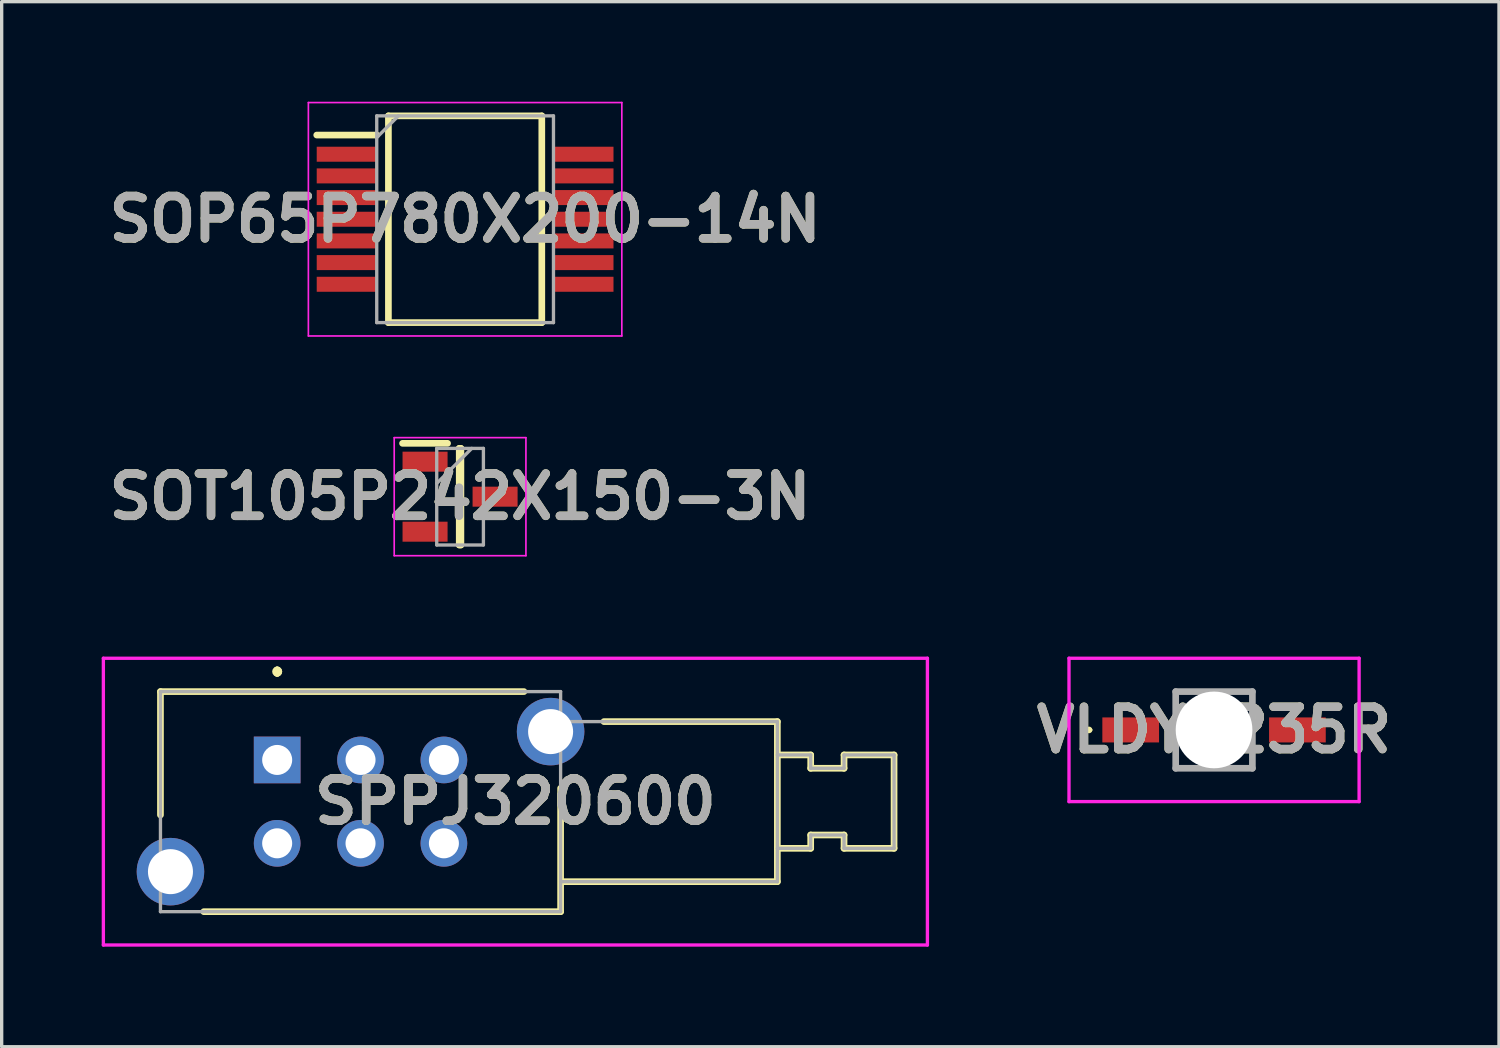
<source format=kicad_pcb>
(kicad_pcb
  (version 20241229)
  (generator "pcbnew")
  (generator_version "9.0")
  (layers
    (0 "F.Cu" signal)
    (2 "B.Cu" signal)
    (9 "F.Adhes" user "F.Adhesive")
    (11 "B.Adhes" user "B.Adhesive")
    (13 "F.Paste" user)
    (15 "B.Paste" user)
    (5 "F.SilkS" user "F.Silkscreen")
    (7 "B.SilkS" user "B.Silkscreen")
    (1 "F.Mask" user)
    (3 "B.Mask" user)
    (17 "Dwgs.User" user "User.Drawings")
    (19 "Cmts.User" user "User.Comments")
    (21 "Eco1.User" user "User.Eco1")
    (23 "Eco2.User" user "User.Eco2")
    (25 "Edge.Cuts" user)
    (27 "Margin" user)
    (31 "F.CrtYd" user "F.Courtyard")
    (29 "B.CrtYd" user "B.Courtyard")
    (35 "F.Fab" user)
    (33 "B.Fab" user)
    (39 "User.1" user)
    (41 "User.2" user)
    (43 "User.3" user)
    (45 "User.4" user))
  (footprint "SPPJ320600"
    (layer "F.Cu")
    (at 5.262 19.74)
    (property "Reference" "SPPJ320600" (at 7.144 1.25 0) (layer "F.SilkS") (effects (font (size 1.27 1.27) (thickness 0.254))))
    (attr through_hole)
    (fp_line (start -3.5 -2.05) (end 7.4 -2.05) (stroke (width 0.2) (type solid)) (layer "F.SilkS"))
    (fp_line (start -3.5 1.65) (end -3.5 -2.05) (stroke (width 0.2) (type solid)) (layer "F.SilkS"))
    (fp_line (start 0 -2.7) (end 0 -2.7) (stroke (width 0.2) (type solid)) (layer "F.SilkS"))
    (fp_line (start 0 -2.6) (end 0 -2.6) (stroke (width 0.2) (type solid)) (layer "F.SilkS"))
    (fp_line (start 0 -2.6) (end 0 -2.6) (stroke (width 0.2) (type solid)) (layer "F.SilkS"))
    (fp_line (start 8.5 0.85) (end 8.5 4.55) (stroke (width 0.2) (type solid)) (layer "F.SilkS"))
    (fp_line (start 8.5 4.55) (end -2.2 4.55) (stroke (width 0.2) (type solid)) (layer "F.SilkS"))
    (fp_line (start 9.8 -1.15) (end 15 -1.15) (stroke (width 0.2) (type solid)) (layer "F.SilkS"))
    (fp_line (start 15 -1.15) (end 15 3.65) (stroke (width 0.2) (type solid)) (layer "F.SilkS"))
    (fp_line (start 15 -0.15) (end 16 -0.15) (stroke (width 0.2) (type solid)) (layer "F.SilkS"))
    (fp_line (start 15 3.65) (end 8.6 3.65) (stroke (width 0.2) (type solid)) (layer "F.SilkS"))
    (fp_line (start 16 -0.15) (end 16 0.25) (stroke (width 0.2) (type solid)) (layer "F.SilkS"))
    (fp_line (start 16 0.25) (end 17 0.25) (stroke (width 0.2) (type solid)) (layer "F.SilkS"))
    (fp_line (start 16 2.25) (end 16 2.65) (stroke (width 0.2) (type solid)) (layer "F.SilkS"))
    (fp_line (start 16 2.65) (end 15 2.65) (stroke (width 0.2) (type solid)) (layer "F.SilkS"))
    (fp_line (start 17 -0.15) (end 18.5 -0.15) (stroke (width 0.2) (type solid)) (layer "F.SilkS"))
    (fp_line (start 17 0.25) (end 17 -0.15) (stroke (width 0.2) (type solid)) (layer "F.SilkS"))
    (fp_line (start 17 2.25) (end 16 2.25) (stroke (width 0.2) (type solid)) (layer "F.SilkS"))
    (fp_line (start 17 2.65) (end 17 2.25) (stroke (width 0.2) (type solid)) (layer "F.SilkS"))
    (fp_line (start 18.5 -0.15) (end 18.5 2.65) (stroke (width 0.2) (type solid)) (layer "F.SilkS"))
    (fp_line (start 18.5 2.65) (end 17 2.65) (stroke (width 0.2) (type solid)) (layer "F.SilkS"))
    (fp_arc (start 0 -2.7) (mid 0.05 -2.65) (end 0 -2.6) (stroke (width 0.2) (type solid)) (layer "F.SilkS"))
    (fp_arc (start 0 -2.7) (mid 0.05 -2.65) (end 0 -2.6) (stroke (width 0.2) (type solid)) (layer "F.SilkS"))
    (fp_arc (start 0 -2.6) (mid -0.05 -2.65) (end 0 -2.7) (stroke (width 0.2) (type solid)) (layer "F.SilkS"))
    (fp_line (start -5.212 -3.05) (end 19.5 -3.05) (stroke (width 0.1) (type solid)) (layer "F.CrtYd"))
    (fp_line (start -5.212 5.55) (end -5.212 -3.05) (stroke (width 0.1) (type solid)) (layer "F.CrtYd"))
    (fp_line (start 19.5 -3.05) (end 19.5 5.55) (stroke (width 0.1) (type solid)) (layer "F.CrtYd"))
    (fp_line (start 19.5 5.55) (end -5.212 5.55) (stroke (width 0.1) (type solid)) (layer "F.CrtYd"))
    (fp_line (start -3.5 -2.05) (end 8.5 -2.05) (stroke (width 0.1) (type solid)) (layer "F.Fab"))
    (fp_line (start -3.5 4.55) (end -3.5 -2.05) (stroke (width 0.1) (type solid)) (layer "F.Fab"))
    (fp_line (start 8.5 -2.05) (end 8.5 4.55) (stroke (width 0.1) (type solid)) (layer "F.Fab"))
    (fp_line (start 8.5 3.65) (end 15 3.65) (stroke (width 0.1) (type solid)) (layer "F.Fab"))
    (fp_line (start 8.5 4.55) (end -3.5 4.55) (stroke (width 0.1) (type solid)) (layer "F.Fab"))
    (fp_line (start 15 -1.15) (end 8.5 -1.15) (stroke (width 0.1) (type solid)) (layer "F.Fab"))
    (fp_line (start 15 -0.15) (end 16 -0.15) (stroke (width 0.1) (type solid)) (layer "F.Fab"))
    (fp_line (start 15 3.65) (end 15 -1.15) (stroke (width 0.1) (type solid)) (layer "F.Fab"))
    (fp_line (start 16 -0.15) (end 16 0.25) (stroke (width 0.1) (type solid)) (layer "F.Fab"))
    (fp_line (start 16 0.25) (end 17 0.25) (stroke (width 0.1) (type solid)) (layer "F.Fab"))
    (fp_line (start 16 2.25) (end 16 2.65) (stroke (width 0.1) (type solid)) (layer "F.Fab"))
    (fp_line (start 16 2.65) (end 15 2.65) (stroke (width 0.1) (type solid)) (layer "F.Fab"))
    (fp_line (start 17 -0.15) (end 18.5 -0.15) (stroke (width 0.1) (type solid)) (layer "F.Fab"))
    (fp_line (start 17 0.25) (end 17 -0.15) (stroke (width 0.1) (type solid)) (layer "F.Fab"))
    (fp_line (start 17 2.25) (end 16 2.25) (stroke (width 0.1) (type solid)) (layer "F.Fab"))
    (fp_line (start 17 2.65) (end 17 2.25) (stroke (width 0.1) (type solid)) (layer "F.Fab"))
    (fp_line (start 18.5 -0.15) (end 18.5 2.65) (stroke (width 0.1) (type solid)) (layer "F.Fab"))
    (fp_line (start 18.5 2.65) (end 17 2.65) (stroke (width 0.1) (type solid)) (layer "F.Fab"))
    (fp_text user "${REFERENCE}" (at 7.144 1.25 0) (layer "F.Fab") (effects (font (size 1.27 1.27) (thickness 0.254))))
    (pad "1" thru_hole rect (at 0 0) (size 1.4 1.4) (drill 0.9) (layers "*.Cu" "*.Mask"))
    (pad "2" thru_hole circle (at 2.5 0) (size 1.4 1.4) (drill 0.9) (layers "*.Cu" "*.Mask"))
    (pad "3" thru_hole circle (at 5 0) (size 1.4 1.4) (drill 0.9) (layers "*.Cu" "*.Mask"))
    (pad "4" thru_hole circle (at 0 2.5) (size 1.4 1.4) (drill 0.9) (layers "*.Cu" "*.Mask"))
    (pad "5" thru_hole circle (at 2.5 2.5) (size 1.4 1.4) (drill 0.9) (layers "*.Cu" "*.Mask"))
    (pad "6" thru_hole circle (at 5 2.5) (size 1.4 1.4) (drill 0.9) (layers "*.Cu" "*.Mask"))
    (pad "MH1" thru_hole circle (at -3.2 3.35) (size 2.025 2.025) (drill 1.35) (layers "*.Cu" "*.Mask"))
    (pad "MH2" thru_hole circle (at 8.2 -0.85) (size 2.025 2.025) (drill 1.35) (layers "*.Cu" "*.Mask")))
  (footprint "VLDY1235R"
    (layer "F.Cu")
    (at 33.358 18.84)
    (property "Reference" "VLDY1235R" (at 0 0 0) (layer "F.SilkS") (effects (font (size 1.27 1.27) (thickness 0.254))))
    (attr through_hole)
    (fp_line (start -3.8 0) (end -3.8 0) (stroke (width 0.1) (type solid)) (layer "F.SilkS"))
    (fp_line (start -3.7 0) (end -3.7 0) (stroke (width 0.1) (type solid)) (layer "F.SilkS"))
    (fp_arc (start -3.8 0) (mid -3.75 -0.05) (end -3.7 0) (stroke (width 0.1) (type solid)) (layer "F.SilkS"))
    (fp_arc (start -3.7 0) (mid -3.75 0.05) (end -3.8 0) (stroke (width 0.1) (type solid)) (layer "F.SilkS"))
    (fp_line (start -4.35 -2.15) (end 4.35 -2.15) (stroke (width 0.1) (type solid)) (layer "F.CrtYd"))
    (fp_line (start -4.35 2.15) (end -4.35 -2.15) (stroke (width 0.1) (type solid)) (layer "F.CrtYd"))
    (fp_line (start 4.35 -2.15) (end 4.35 2.15) (stroke (width 0.1) (type solid)) (layer "F.CrtYd"))
    (fp_line (start 4.35 2.15) (end -4.35 2.15) (stroke (width 0.1) (type solid)) (layer "F.CrtYd"))
    (fp_line (start -1.15 -1.15) (end 1.15 -1.15) (stroke (width 0.2) (type solid)) (layer "F.Fab"))
    (fp_line (start -1.15 1.15) (end -1.15 -1.15) (stroke (width 0.2) (type solid)) (layer "F.Fab"))
    (fp_line (start 1.15 -1.15) (end 1.15 1.15) (stroke (width 0.2) (type solid)) (layer "F.Fab"))
    (fp_line (start 1.15 1.15) (end -1.15 1.15) (stroke (width 0.2) (type solid)) (layer "F.Fab"))
    (fp_text user "${REFERENCE}" (at 0 0 0) (layer "F.Fab") (effects (font (size 1.27 1.27) (thickness 0.254))))
    (pad "" np_thru_hole circle (at 0 0) (size 2.3 2.3) (drill 2.3) (layers "*.Cu" "*.Mask"))
    (pad "1" smd rect (at -2.5 0 90) (size 0.75 1.7) (layers "F.Cu" "F.Mask" "F.Paste"))
    (pad "2" smd rect (at 2.5 0 90) (size 0.75 1.7) (layers "F.Cu" "F.Mask" "F.Paste")))
  (footprint "SOP65P780X200-14N"
    (layer "F.Cu")
    (at 10.898 3.525)
    (property "Reference" "SOP65P780X200-14N" (at 0 0 0) (layer "F.SilkS") (effects (font (size 1.27 1.27) (thickness 0.254))))
    (attr smd)
    (fp_line (start -4.45 -2.525) (end -2.65 -2.525) (stroke (width 0.2) (type solid)) (layer "F.SilkS"))
    (fp_line (start -2.3 -3.1) (end 2.3 -3.1) (stroke (width 0.2) (type solid)) (layer "F.SilkS"))
    (fp_line (start -2.3 3.1) (end -2.3 -3.1) (stroke (width 0.2) (type solid)) (layer "F.SilkS"))
    (fp_line (start 2.3 -3.1) (end 2.3 3.1) (stroke (width 0.2) (type solid)) (layer "F.SilkS"))
    (fp_line (start 2.3 3.1) (end -2.3 3.1) (stroke (width 0.2) (type solid)) (layer "F.SilkS"))
    (fp_line (start -4.7 -3.5) (end 4.7 -3.5) (stroke (width 0.05) (type solid)) (layer "F.CrtYd"))
    (fp_line (start -4.7 3.5) (end -4.7 -3.5) (stroke (width 0.05) (type solid)) (layer "F.CrtYd"))
    (fp_line (start 4.7 -3.5) (end 4.7 3.5) (stroke (width 0.05) (type solid)) (layer "F.CrtYd"))
    (fp_line (start 4.7 3.5) (end -4.7 3.5) (stroke (width 0.05) (type solid)) (layer "F.CrtYd"))
    (fp_line (start -2.65 -3.1) (end 2.65 -3.1) (stroke (width 0.1) (type solid)) (layer "F.Fab"))
    (fp_line (start -2.65 -2.45) (end -2 -3.1) (stroke (width 0.1) (type solid)) (layer "F.Fab"))
    (fp_line (start -2.65 3.1) (end -2.65 -3.1) (stroke (width 0.1) (type solid)) (layer "F.Fab"))
    (fp_line (start 2.65 -3.1) (end 2.65 3.1) (stroke (width 0.1) (type solid)) (layer "F.Fab"))
    (fp_line (start 2.65 3.1) (end -2.65 3.1) (stroke (width 0.1) (type solid)) (layer "F.Fab"))
    (fp_text user "${REFERENCE}" (at 0 0 0) (layer "F.Fab") (effects (font (size 1.27 1.27) (thickness 0.254))))
    (pad "1" smd rect (at -3.55 -1.95 90) (size 0.45 1.8) (layers "F.Cu" "F.Mask" "F.Paste"))
    (pad "2" smd rect (at -3.55 -1.3 90) (size 0.45 1.8) (layers "F.Cu" "F.Mask" "F.Paste"))
    (pad "3" smd rect (at -3.55 -0.65 90) (size 0.45 1.8) (layers "F.Cu" "F.Mask" "F.Paste"))
    (pad "4" smd rect (at -3.55 0 90) (size 0.45 1.8) (layers "F.Cu" "F.Mask" "F.Paste"))
    (pad "5" smd rect (at -3.55 0.65 90) (size 0.45 1.8) (layers "F.Cu" "F.Mask" "F.Paste"))
    (pad "6" smd rect (at -3.55 1.3 90) (size 0.45 1.8) (layers "F.Cu" "F.Mask" "F.Paste"))
    (pad "7" smd rect (at -3.55 1.95 90) (size 0.45 1.8) (layers "F.Cu" "F.Mask" "F.Paste"))
    (pad "8" smd rect (at 3.55 1.95 90) (size 0.45 1.8) (layers "F.Cu" "F.Mask" "F.Paste"))
    (pad "9" smd rect (at 3.55 1.3 90) (size 0.45 1.8) (layers "F.Cu" "F.Mask" "F.Paste"))
    (pad "10" smd rect (at 3.55 0.65 90) (size 0.45 1.8) (layers "F.Cu" "F.Mask" "F.Paste"))
    (pad "11" smd rect (at 3.55 0 90) (size 0.45 1.8) (layers "F.Cu" "F.Mask" "F.Paste"))
    (pad "12" smd rect (at 3.55 -0.65 90) (size 0.45 1.8) (layers "F.Cu" "F.Mask" "F.Paste"))
    (pad "13" smd rect (at 3.55 -1.3 90) (size 0.45 1.8) (layers "F.Cu" "F.Mask" "F.Paste"))
    (pad "14" smd rect (at 3.55 -1.95 90) (size 0.45 1.8) (layers "F.Cu" "F.Mask" "F.Paste")))
  (footprint "SOT105P242X150-3N"
    (layer "F.Cu")
    (at 10.747 11.845)
    (property "Reference" "SOT105P242X150-3N" (at 0 0 0) (layer "F.SilkS") (effects (font (size 1.27 1.27) (thickness 0.254))))
    (attr smd)
    (fp_line (start -1.725 -1.6) (end -0.375 -1.6) (stroke (width 0.2) (type solid)) (layer "F.SilkS"))
    (fp_line (start -0.025 -1.448) (end 0.025 -1.448) (stroke (width 0.2) (type solid)) (layer "F.SilkS"))
    (fp_line (start -0.025 1.448) (end -0.025 -1.448) (stroke (width 0.2) (type solid)) (layer "F.SilkS"))
    (fp_line (start 0.025 -1.448) (end 0.025 1.448) (stroke (width 0.2) (type solid)) (layer "F.SilkS"))
    (fp_line (start 0.025 1.448) (end -0.025 1.448) (stroke (width 0.2) (type solid)) (layer "F.SilkS"))
    (fp_line (start -1.975 -1.77) (end 1.975 -1.77) (stroke (width 0.05) (type solid)) (layer "F.CrtYd"))
    (fp_line (start -1.975 1.77) (end -1.975 -1.77) (stroke (width 0.05) (type solid)) (layer "F.CrtYd"))
    (fp_line (start 1.975 -1.77) (end 1.975 1.77) (stroke (width 0.05) (type solid)) (layer "F.CrtYd"))
    (fp_line (start 1.975 1.77) (end -1.975 1.77) (stroke (width 0.05) (type solid)) (layer "F.CrtYd"))
    (fp_line (start -0.7 -1.448) (end 0.7 -1.448) (stroke (width 0.1) (type solid)) (layer "F.Fab"))
    (fp_line (start -0.7 -0.398) (end 0.35 -1.448) (stroke (width 0.1) (type solid)) (layer "F.Fab"))
    (fp_line (start -0.7 1.448) (end -0.7 -1.448) (stroke (width 0.1) (type solid)) (layer "F.Fab"))
    (fp_line (start 0.7 -1.448) (end 0.7 1.448) (stroke (width 0.1) (type solid)) (layer "F.Fab"))
    (fp_line (start 0.7 1.448) (end -0.7 1.448) (stroke (width 0.1) (type solid)) (layer "F.Fab"))
    (fp_text user "${REFERENCE}" (at 0 0 0) (layer "F.Fab") (effects (font (size 1.27 1.27) (thickness 0.254))))
    (pad "1" smd rect (at -1.05 -1.05 90) (size 0.6 1.35) (layers "F.Cu" "F.Mask" "F.Paste"))
    (pad "2" smd rect (at -1.05 1.05 90) (size 0.6 1.35) (layers "F.Cu" "F.Mask" "F.Paste"))
    (pad "3" smd rect (at 1.05 0 90) (size 0.6 1.35) (layers "F.Cu" "F.Mask" "F.Paste")))
  (gr_rect
    (start -3 -3)
    (end 41.903 28.34)
    (stroke (width 0.1) (type default))
    (fill no)
    (layer "Edge.Cuts")))
</source>
